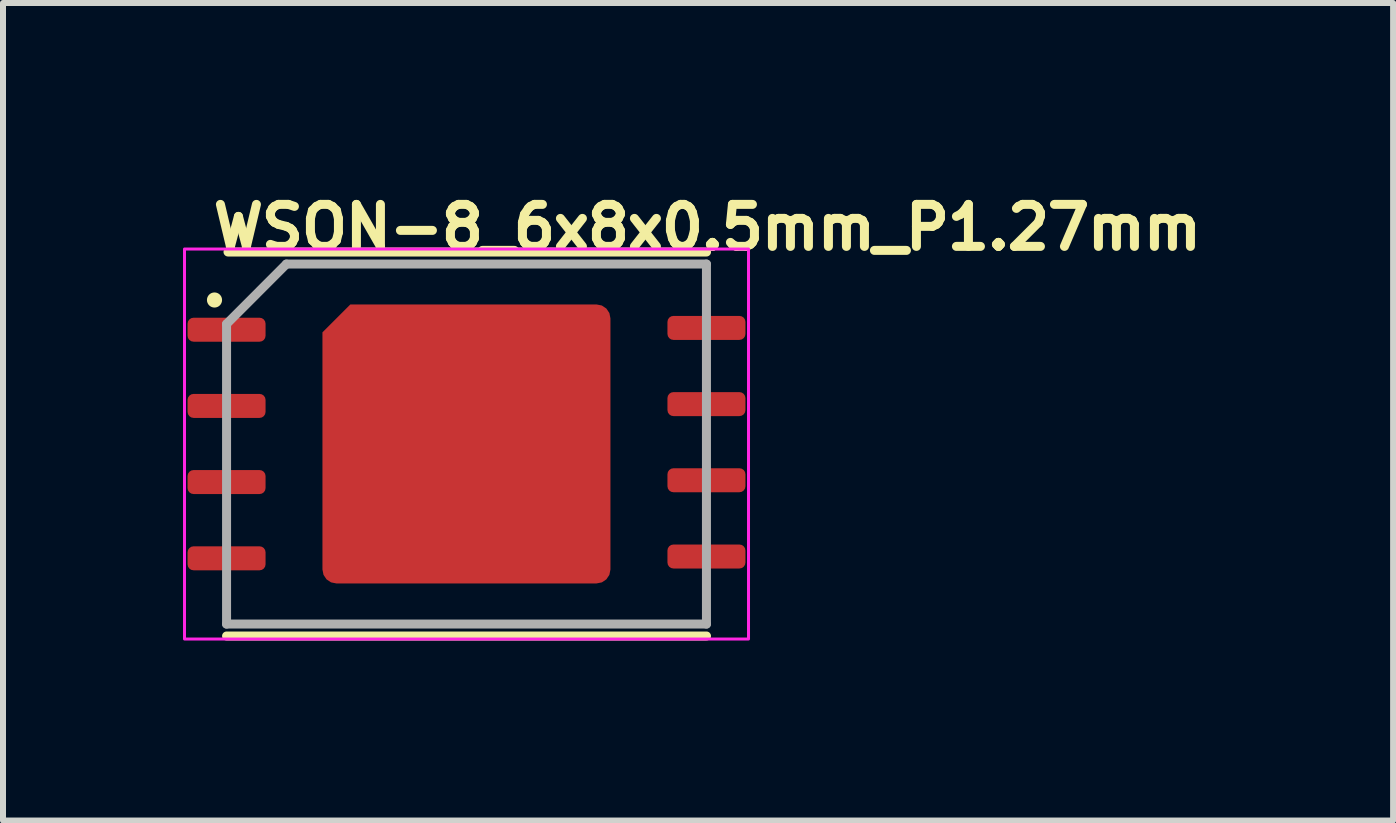
<source format=kicad_pcb>
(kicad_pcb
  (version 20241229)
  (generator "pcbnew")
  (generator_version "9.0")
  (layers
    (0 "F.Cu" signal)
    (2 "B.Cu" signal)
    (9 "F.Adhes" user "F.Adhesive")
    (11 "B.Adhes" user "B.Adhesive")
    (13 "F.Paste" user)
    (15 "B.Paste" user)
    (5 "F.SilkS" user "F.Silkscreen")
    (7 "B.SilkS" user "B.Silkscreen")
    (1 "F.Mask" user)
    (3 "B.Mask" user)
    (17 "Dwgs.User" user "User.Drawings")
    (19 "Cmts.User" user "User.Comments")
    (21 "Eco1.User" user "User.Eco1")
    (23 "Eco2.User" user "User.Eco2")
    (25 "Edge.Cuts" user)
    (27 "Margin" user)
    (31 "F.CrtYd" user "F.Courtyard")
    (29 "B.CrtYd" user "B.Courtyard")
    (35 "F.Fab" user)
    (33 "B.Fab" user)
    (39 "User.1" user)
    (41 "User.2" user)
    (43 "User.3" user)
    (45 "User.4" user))
  (footprint "WSON-8_6x8x0.5mm_P1.27mm"
    (layer "F.Cu")
    (at 4.725 4.35)
    (property "Reference" "WSON-8_6x8x0.5mm_P1.27mm" (at -4.3 -3.2 0) (layer "F.SilkS") (effects (font (size 0.7 0.7) (thickness 0.15)) (justify left bottom)))
    (attr smd)
    (fp_line (start 4 -3.2) (end -3.975 -3.2) (stroke (width 0.15) (type solid)) (layer "F.SilkS"))
    (fp_line (start 4 3.2) (end -3.999 3.2) (stroke (width 0.15) (type solid)) (layer "F.SilkS"))
    (fp_circle (center -4.2 -2.4) (end -4.149 -2.4) (stroke (width 0.15) (type solid)) (fill yes) (layer "F.SilkS"))
    (fp_rect (start -4.7 -3.25) (end 4.7 3.25) (stroke (width 0.05) (type solid)) (fill no) (layer "F.CrtYd"))
    (fp_line (start -3.999 3.001) (end -3.999 -2) (stroke (width 0.15) (type solid)) (layer "F.Fab"))
    (fp_line (start -3.002 -2.999) (end -3.999 -2) (stroke (width 0.15) (type solid)) (layer "F.Fab"))
    (fp_line (start -3.002 -2.999) (end 3.999 -2.999) (stroke (width 0.15) (type solid)) (layer "F.Fab"))
    (fp_line (start 3.999 -2.999) (end 3.999 3.001) (stroke (width 0.15) (type solid)) (layer "F.Fab"))
    (fp_line (start 3.999 3.001) (end -3.999 3.001) (stroke (width 0.15) (type solid)) (layer "F.Fab"))
    (fp_rect (start -3.999 -2.998) (end 3.999 2.998) (stroke (width 0.1) (type solid)) (fill no) (layer "User.5"))
    (fp_line (start -3.999 -1.675) (end -3.999 -2.135) (stroke (width 0.02) (type solid)) (layer "User.9"))
    (fp_line (start -3.999 -1.675) (end -3.95 -1.675) (stroke (width 0.02) (type solid)) (layer "User.9"))
    (fp_line (start -3.999 -0.406) (end -3.999 -0.865) (stroke (width 0.02) (type solid)) (layer "User.9"))
    (fp_line (start -3.999 -0.406) (end -3.95 -0.406) (stroke (width 0.02) (type solid)) (layer "User.9"))
    (fp_line (start -3.999 0.865) (end -3.999 0.406) (stroke (width 0.02) (type solid)) (layer "User.9"))
    (fp_line (start -3.999 0.865) (end -3.95 0.865) (stroke (width 0.02) (type solid)) (layer "User.9"))
    (fp_line (start -3.999 2.134) (end -3.999 1.675) (stroke (width 0.02) (type solid)) (layer "User.9"))
    (fp_line (start -3.999 2.134) (end -3.95 2.134) (stroke (width 0.02) (type solid)) (layer "User.9"))
    (fp_line (start -3.95 -2.998) (end -3.95 2.998) (stroke (width 0.02) (type solid)) (layer "User.9"))
    (fp_line (start -3.95 -2.135) (end -3.999 -2.135) (stroke (width 0.02) (type solid)) (layer "User.9"))
    (fp_line (start -3.95 -0.865) (end -3.999 -0.865) (stroke (width 0.02) (type solid)) (layer "User.9"))
    (fp_line (start -3.95 0.406) (end -3.999 0.406) (stroke (width 0.02) (type solid)) (layer "User.9"))
    (fp_line (start -3.95 1.675) (end -3.999 1.675) (stroke (width 0.02) (type solid)) (layer "User.9"))
    (fp_line (start -3.95 2.998) (end 3.95 2.998) (stroke (width 0.02) (type solid)) (layer "User.9"))
    (fp_line (start -3.357 -1.915) (end -3.357 -1.905) (stroke (width 0.02) (type solid)) (layer "User.9"))
    (fp_line (start -3.357 -1.905) (end -3.357 -1.905) (stroke (width 0.02) (type solid)) (layer "User.9"))
    (fp_line (start -3.357 -1.905) (end -3.357 -1.895) (stroke (width 0.02) (type solid)) (layer "User.9"))
    (fp_line (start -3.357 -1.895) (end -3.357 -1.885) (stroke (width 0.02) (type solid)) (layer "User.9"))
    (fp_line (start -3.357 -1.927) (end -3.357 -1.915) (stroke (width 0.02) (type solid)) (layer "User.9"))
    (fp_line (start -3.357 -1.885) (end -3.356 -1.875) (stroke (width 0.02) (type solid)) (layer "User.9"))
    (fp_line (start -3.356 -1.935) (end -3.357 -1.927) (stroke (width 0.02) (type solid)) (layer "User.9"))
    (fp_line (start -3.356 -1.875) (end -3.353 -1.867) (stroke (width 0.02) (type solid)) (layer "User.9"))
    (fp_line (start -3.353 -1.944) (end -3.356 -1.935) (stroke (width 0.02) (type solid)) (layer "User.9"))
    (fp_line (start -3.353 -1.867) (end -3.352 -1.855) (stroke (width 0.02) (type solid)) (layer "User.9"))
    (fp_line (start -3.352 -1.956) (end -3.353 -1.944) (stroke (width 0.02) (type solid)) (layer "User.9"))
    (fp_line (start -3.352 -1.855) (end -3.349 -1.847) (stroke (width 0.02) (type solid)) (layer "User.9"))
    (fp_line (start -3.349 -1.964) (end -3.352 -1.956) (stroke (width 0.02) (type solid)) (layer "User.9"))
    (fp_line (start -3.349 -1.847) (end -3.345 -1.837) (stroke (width 0.02) (type solid)) (layer "User.9"))
    (fp_line (start -3.345 -1.974) (end -3.349 -1.964) (stroke (width 0.02) (type solid)) (layer "User.9"))
    (fp_line (start -3.345 -1.837) (end -3.341 -1.829) (stroke (width 0.02) (type solid)) (layer "User.9"))
    (fp_line (start -3.341 -1.982) (end -3.345 -1.974) (stroke (width 0.02) (type solid)) (layer "User.9"))
    (fp_line (start -3.341 -1.829) (end -3.338 -1.819) (stroke (width 0.02) (type solid)) (layer "User.9"))
    (fp_line (start -3.338 -1.992) (end -3.341 -1.982) (stroke (width 0.02) (type solid)) (layer "User.9"))
    (fp_line (start -3.338 -1.819) (end -3.333 -1.812) (stroke (width 0.02) (type solid)) (layer "User.9"))
    (fp_line (start -3.333 -2) (end -3.338 -1.992) (stroke (width 0.02) (type solid)) (layer "User.9"))
    (fp_line (start -3.333 -1.812) (end -3.329 -1.802) (stroke (width 0.02) (type solid)) (layer "User.9"))
    (fp_line (start -3.329 -2.009) (end -3.333 -2) (stroke (width 0.02) (type solid)) (layer "User.9"))
    (fp_line (start -3.329 -1.802) (end -3.324 -1.796) (stroke (width 0.02) (type solid)) (layer "User.9"))
    (fp_line (start -3.324 -2.015) (end -3.329 -2.009) (stroke (width 0.02) (type solid)) (layer "User.9"))
    (fp_line (start -3.324 -1.796) (end -3.318 -1.786) (stroke (width 0.02) (type solid)) (layer "User.9"))
    (fp_line (start -3.318 -2.025) (end -3.324 -2.015) (stroke (width 0.02) (type solid)) (layer "User.9"))
    (fp_line (start -3.318 -1.786) (end -3.312 -1.78) (stroke (width 0.02) (type solid)) (layer "User.9"))
    (fp_line (start -3.312 -2.03) (end -3.318 -2.025) (stroke (width 0.02) (type solid)) (layer "User.9"))
    (fp_line (start -3.312 -1.78) (end -3.307 -1.772) (stroke (width 0.02) (type solid)) (layer "User.9"))
    (fp_line (start -3.307 -2.038) (end -3.312 -2.03) (stroke (width 0.02) (type solid)) (layer "User.9"))
    (fp_line (start -3.307 -1.772) (end -3.3 -1.766) (stroke (width 0.02) (type solid)) (layer "User.9"))
    (fp_line (start -3.3 -2.046) (end -3.307 -2.038) (stroke (width 0.02) (type solid)) (layer "User.9"))
    (fp_line (start -3.3 -1.766) (end -3.293 -1.76) (stroke (width 0.02) (type solid)) (layer "User.9"))
    (fp_line (start -3.293 -2.051) (end -3.3 -2.046) (stroke (width 0.02) (type solid)) (layer "User.9"))
    (fp_line (start -3.293 -1.76) (end -3.287 -1.754) (stroke (width 0.02) (type solid)) (layer "User.9"))
    (fp_line (start -3.287 -2.058) (end -3.293 -2.051) (stroke (width 0.02) (type solid)) (layer "User.9"))
    (fp_line (start -3.287 -1.754) (end -3.28 -1.748) (stroke (width 0.02) (type solid)) (layer "User.9"))
    (fp_line (start -3.28 -2.063) (end -3.287 -2.058) (stroke (width 0.02) (type solid)) (layer "User.9"))
    (fp_line (start -3.28 -1.748) (end -3.272 -1.742) (stroke (width 0.02) (type solid)) (layer "User.9"))
    (fp_line (start -3.272 -2.07) (end -3.28 -2.063) (stroke (width 0.02) (type solid)) (layer "User.9"))
    (fp_line (start -3.272 -1.742) (end -3.264 -1.736) (stroke (width 0.02) (type solid)) (layer "User.9"))
    (fp_line (start -3.264 -2.075) (end -3.272 -2.07) (stroke (width 0.02) (type solid)) (layer "User.9"))
    (fp_line (start -3.264 -1.736) (end -3.256 -1.732) (stroke (width 0.02) (type solid)) (layer "User.9"))
    (fp_line (start -3.256 -2.079) (end -3.264 -2.075) (stroke (width 0.02) (type solid)) (layer "User.9"))
    (fp_line (start -3.256 -1.732) (end -3.247 -1.728) (stroke (width 0.02) (type solid)) (layer "User.9"))
    (fp_line (start -3.247 -2.083) (end -3.256 -2.079) (stroke (width 0.02) (type solid)) (layer "User.9"))
    (fp_line (start -3.247 -1.728) (end -3.237 -1.724) (stroke (width 0.02) (type solid)) (layer "User.9"))
    (fp_line (start -3.237 -2.087) (end -3.247 -2.083) (stroke (width 0.02) (type solid)) (layer "User.9"))
    (fp_line (start -3.237 -1.724) (end -3.228 -1.72) (stroke (width 0.02) (type solid)) (layer "User.9"))
    (fp_line (start -3.228 -2.091) (end -3.237 -2.087) (stroke (width 0.02) (type solid)) (layer "User.9"))
    (fp_line (start -3.228 -1.72) (end -3.219 -1.718) (stroke (width 0.02) (type solid)) (layer "User.9"))
    (fp_line (start -3.219 -2.094) (end -3.228 -2.091) (stroke (width 0.02) (type solid)) (layer "User.9"))
    (fp_line (start -3.219 -1.718) (end -3.209 -1.714) (stroke (width 0.02) (type solid)) (layer "User.9"))
    (fp_line (start -3.209 -2.096) (end -3.219 -2.094) (stroke (width 0.02) (type solid)) (layer "User.9"))
    (fp_line (start -3.209 -1.714) (end -3.2 -1.712) (stroke (width 0.02) (type solid)) (layer "User.9"))
    (fp_line (start -3.2 -2.099) (end -3.209 -2.096) (stroke (width 0.02) (type solid)) (layer "User.9"))
    (fp_line (start -3.2 -1.712) (end -3.191 -1.71) (stroke (width 0.02) (type solid)) (layer "User.9"))
    (fp_line (start -3.191 -2.102) (end -3.2 -2.099) (stroke (width 0.02) (type solid)) (layer "User.9"))
    (fp_line (start -3.191 -1.71) (end -3.18 -1.708) (stroke (width 0.02) (type solid)) (layer "User.9"))
    (fp_line (start -3.18 -2.103) (end -3.191 -2.102) (stroke (width 0.02) (type solid)) (layer "User.9"))
    (fp_line (start -3.18 -1.708) (end -3.171 -1.708) (stroke (width 0.02) (type solid)) (layer "User.9"))
    (fp_line (start -3.171 -2.103) (end -3.18 -2.103) (stroke (width 0.02) (type solid)) (layer "User.9"))
    (fp_line (start -3.171 -1.708) (end -3.162 -1.708) (stroke (width 0.02) (type solid)) (layer "User.9"))
    (fp_line (start -3.162 -2.103) (end -3.171 -2.103) (stroke (width 0.02) (type solid)) (layer "User.9"))
    (fp_line (start -3.162 -2.103) (end -3.162 -2.103) (stroke (width 0.02) (type solid)) (layer "User.9"))
    (fp_line (start -3.162 -1.708) (end -3.162 -1.708) (stroke (width 0.02) (type solid)) (layer "User.9"))
    (fp_line (start -3.162 -1.708) (end -3.151 -1.708) (stroke (width 0.02) (type solid)) (layer "User.9"))
    (fp_line (start -3.151 -2.103) (end -3.162 -2.103) (stroke (width 0.02) (type solid)) (layer "User.9"))
    (fp_line (start -3.151 -1.708) (end -3.14 -1.708) (stroke (width 0.02) (type solid)) (layer "User.9"))
    (fp_line (start -3.14 -2.103) (end -3.151 -2.103) (stroke (width 0.02) (type solid)) (layer "User.9"))
    (fp_line (start -3.14 -1.708) (end -3.131 -1.71) (stroke (width 0.02) (type solid)) (layer "User.9"))
    (fp_line (start -3.131 -2.102) (end -3.14 -2.103) (stroke (width 0.02) (type solid)) (layer "User.9"))
    (fp_line (start -3.131 -1.71) (end -3.122 -1.712) (stroke (width 0.02) (type solid)) (layer "User.9"))
    (fp_line (start -3.122 -2.099) (end -3.131 -2.102) (stroke (width 0.02) (type solid)) (layer "User.9"))
    (fp_line (start -3.122 -1.712) (end -3.111 -1.714) (stroke (width 0.02) (type solid)) (layer "User.9"))
    (fp_line (start -3.111 -2.096) (end -3.122 -2.099) (stroke (width 0.02) (type solid)) (layer "User.9"))
    (fp_line (start -3.111 -1.714) (end -3.102 -1.718) (stroke (width 0.02) (type solid)) (layer "User.9"))
    (fp_line (start -3.102 -2.094) (end -3.111 -2.096) (stroke (width 0.02) (type solid)) (layer "User.9"))
    (fp_line (start -3.102 -1.718) (end -3.092 -1.72) (stroke (width 0.02) (type solid)) (layer "User.9"))
    (fp_line (start -3.092 -2.091) (end -3.102 -2.094) (stroke (width 0.02) (type solid)) (layer "User.9"))
    (fp_line (start -3.092 -1.72) (end -3.083 -1.724) (stroke (width 0.02) (type solid)) (layer "User.9"))
    (fp_line (start -3.083 -2.087) (end -3.092 -2.091) (stroke (width 0.02) (type solid)) (layer "User.9"))
    (fp_line (start -3.083 -1.724) (end -3.075 -1.728) (stroke (width 0.02) (type solid)) (layer "User.9"))
    (fp_line (start -3.075 -2.083) (end -3.083 -2.087) (stroke (width 0.02) (type solid)) (layer "User.9"))
    (fp_line (start -3.075 -1.728) (end -3.066 -1.732) (stroke (width 0.02) (type solid)) (layer "User.9"))
    (fp_line (start -3.066 -2.079) (end -3.075 -2.083) (stroke (width 0.02) (type solid)) (layer "User.9"))
    (fp_line (start -3.066 -1.732) (end -3.058 -1.736) (stroke (width 0.02) (type solid)) (layer "User.9"))
    (fp_line (start -3.058 -2.075) (end -3.066 -2.079) (stroke (width 0.02) (type solid)) (layer "User.9"))
    (fp_line (start -3.058 -1.736) (end -3.05 -1.742) (stroke (width 0.02) (type solid)) (layer "User.9"))
    (fp_line (start -3.05 -2.07) (end -3.058 -2.075) (stroke (width 0.02) (type solid)) (layer "User.9"))
    (fp_line (start -3.05 -1.742) (end -3.042 -1.748) (stroke (width 0.02) (type solid)) (layer "User.9"))
    (fp_line (start -3.042 -2.063) (end -3.05 -2.07) (stroke (width 0.02) (type solid)) (layer "User.9"))
    (fp_line (start -3.042 -1.748) (end -3.035 -1.754) (stroke (width 0.02) (type solid)) (layer "User.9"))
    (fp_line (start -3.035 -2.058) (end -3.042 -2.063) (stroke (width 0.02) (type solid)) (layer "User.9"))
    (fp_line (start -3.035 -1.754) (end -3.029 -1.76) (stroke (width 0.02) (type solid)) (layer "User.9"))
    (fp_line (start -3.029 -2.051) (end -3.035 -2.058) (stroke (width 0.02) (type solid)) (layer "User.9"))
    (fp_line (start -3.029 -1.76) (end -3.022 -1.766) (stroke (width 0.02) (type solid)) (layer "User.9"))
    (fp_line (start -3.022 -2.046) (end -3.029 -2.051) (stroke (width 0.02) (type solid)) (layer "User.9"))
    (fp_line (start -3.022 -1.766) (end -3.014 -1.772) (stroke (width 0.02) (type solid)) (layer "User.9"))
    (fp_line (start -3.014 -2.038) (end -3.022 -2.046) (stroke (width 0.02) (type solid)) (layer "User.9"))
    (fp_line (start -3.014 -1.772) (end -3.009 -1.78) (stroke (width 0.02) (type solid)) (layer "User.9"))
    (fp_line (start -3.009 -2.03) (end -3.014 -2.038) (stroke (width 0.02) (type solid)) (layer "User.9"))
    (fp_line (start -3.009 -1.78) (end -3.002 -1.786) (stroke (width 0.02) (type solid)) (layer "User.9"))
    (fp_line (start -3.002 -2.025) (end -3.009 -2.03) (stroke (width 0.02) (type solid)) (layer "User.9"))
    (fp_line (start -3.002 -1.786) (end -2.997 -1.796) (stroke (width 0.02) (type solid)) (layer "User.9"))
    (fp_line (start -2.997 -2.015) (end -3.002 -2.025) (stroke (width 0.02) (type solid)) (layer "User.9"))
    (fp_line (start -2.997 -1.796) (end -2.993 -1.802) (stroke (width 0.02) (type solid)) (layer "User.9"))
    (fp_line (start -2.993 -2.009) (end -2.997 -2.015) (stroke (width 0.02) (type solid)) (layer "User.9"))
    (fp_line (start -2.993 -1.802) (end -2.986 -1.812) (stroke (width 0.02) (type solid)) (layer "User.9"))
    (fp_line (start -2.986 -2) (end -2.993 -2.009) (stroke (width 0.02) (type solid)) (layer "User.9"))
    (fp_line (start -2.986 -1.812) (end -2.982 -1.819) (stroke (width 0.02) (type solid)) (layer "User.9"))
    (fp_line (start -2.982 -1.992) (end -2.986 -2) (stroke (width 0.02) (type solid)) (layer "User.9"))
    (fp_line (start -2.982 -1.819) (end -2.978 -1.829) (stroke (width 0.02) (type solid)) (layer "User.9"))
    (fp_line (start -2.978 -1.982) (end -2.982 -1.992) (stroke (width 0.02) (type solid)) (layer "User.9"))
    (fp_line (start -2.978 -1.829) (end -2.975 -1.837) (stroke (width 0.02) (type solid)) (layer "User.9"))
    (fp_line (start -2.975 -1.974) (end -2.978 -1.982) (stroke (width 0.02) (type solid)) (layer "User.9"))
    (fp_line (start -2.975 -1.837) (end -2.971 -1.847) (stroke (width 0.02) (type solid)) (layer "User.9"))
    (fp_line (start -2.971 -1.964) (end -2.975 -1.974) (stroke (width 0.02) (type solid)) (layer "User.9"))
    (fp_line (start -2.971 -1.847) (end -2.97 -1.855) (stroke (width 0.02) (type solid)) (layer "User.9"))
    (fp_line (start -2.97 -1.956) (end -2.971 -1.964) (stroke (width 0.02) (type solid)) (layer "User.9"))
    (fp_line (start -2.97 -1.855) (end -2.967 -1.867) (stroke (width 0.02) (type solid)) (layer "User.9"))
    (fp_line (start -2.967 -1.944) (end -2.97 -1.956) (stroke (width 0.02) (type solid)) (layer "User.9"))
    (fp_line (start -2.967 -1.867) (end -2.966 -1.875) (stroke (width 0.02) (type solid)) (layer "User.9"))
    (fp_line (start -2.966 -1.935) (end -2.967 -1.944) (stroke (width 0.02) (type solid)) (layer "User.9"))
    (fp_line (start -2.966 -1.875) (end -2.963 -1.885) (stroke (width 0.02) (type solid)) (layer "User.9"))
    (fp_line (start -2.963 -1.927) (end -2.966 -1.935) (stroke (width 0.02) (type solid)) (layer "User.9"))
    (fp_line (start -2.963 -1.915) (end -2.963 -1.927) (stroke (width 0.02) (type solid)) (layer "User.9"))
    (fp_line (start -2.963 -1.905) (end -2.963 -1.915) (stroke (width 0.02) (type solid)) (layer "User.9"))
    (fp_line (start -2.963 -1.905) (end -2.963 -1.905) (stroke (width 0.02) (type solid)) (layer "User.9"))
    (fp_line (start -2.963 -1.905) (end -2.963 -1.905) (stroke (width 0.02) (type solid)) (layer "User.9"))
    (fp_line (start -2.963 -1.895) (end -2.963 -1.905) (stroke (width 0.02) (type solid)) (layer "User.9"))
    (fp_line (start -2.963 -1.885) (end -2.963 -1.895) (stroke (width 0.02) (type solid)) (layer "User.9"))
    (fp_line (start 3.95 -2.998) (end -3.95 -2.998) (stroke (width 0.02) (type solid)) (layer "User.9"))
    (fp_line (start 3.95 -1.675) (end 3.999 -1.675) (stroke (width 0.02) (type solid)) (layer "User.9"))
    (fp_line (start 3.95 -0.406) (end 3.999 -0.406) (stroke (width 0.02) (type solid)) (layer "User.9"))
    (fp_line (start 3.95 0.865) (end 3.999 0.865) (stroke (width 0.02) (type solid)) (layer "User.9"))
    (fp_line (start 3.95 2.134) (end 3.999 2.134) (stroke (width 0.02) (type solid)) (layer "User.9"))
    (fp_line (start 3.95 2.998) (end 3.95 -2.998) (stroke (width 0.02) (type solid)) (layer "User.9"))
    (fp_line (start 3.999 -2.135) (end 3.95 -2.135) (stroke (width 0.02) (type solid)) (layer "User.9"))
    (fp_line (start 3.999 -2.135) (end 3.999 -1.675) (stroke (width 0.02) (type solid)) (layer "User.9"))
    (fp_line (start 3.999 -0.865) (end 3.95 -0.865) (stroke (width 0.02) (type solid)) (layer "User.9"))
    (fp_line (start 3.999 -0.865) (end 3.999 -0.406) (stroke (width 0.02) (type solid)) (layer "User.9"))
    (fp_line (start 3.999 0.406) (end 3.95 0.406) (stroke (width 0.02) (type solid)) (layer "User.9"))
    (fp_line (start 3.999 0.406) (end 3.999 0.865) (stroke (width 0.02) (type solid)) (layer "User.9"))
    (fp_line (start 3.999 1.675) (end 3.95 1.675) (stroke (width 0.02) (type solid)) (layer "User.9"))
    (fp_line (start 3.999 1.675) (end 3.999 2.134) (stroke (width 0.02) (type solid)) (layer "User.9"))
    (pad "1" smd roundrect (at -3.999 -1.905 270) (size 0.4 1.3) (layers "F.Cu" "F.Mask" "F.Paste") (roundrect_rratio 0.25))
    (pad "2" smd roundrect (at -3.999 -0.635 270) (size 0.4 1.3) (layers "F.Cu" "F.Mask" "F.Paste") (roundrect_rratio 0.25))
    (pad "3" smd roundrect (at -3.999 0.634 270) (size 0.4 1.3) (layers "F.Cu" "F.Mask" "F.Paste") (roundrect_rratio 0.25))
    (pad "4" smd roundrect (at -3.999 1.905 270) (size 0.4 1.3) (layers "F.Cu" "F.Mask" "F.Paste") (roundrect_rratio 0.25))
    (pad "5" smd roundrect (at 3.999 1.875 270) (size 0.4 1.3) (layers "F.Cu" "F.Mask" "F.Paste") (roundrect_rratio 0.25))
    (pad "6" smd roundrect (at 3.999 0.604 270) (size 0.4 1.3) (layers "F.Cu" "F.Mask" "F.Paste") (roundrect_rratio 0.25))
    (pad "7" smd roundrect (at 3.999 -0.665 270) (size 0.4 1.3) (layers "F.Cu" "F.Mask" "F.Paste") (roundrect_rratio 0.25))
    (pad "8" smd roundrect (at 3.999 -1.935 270) (size 0.4 1.3) (layers "F.Cu" "F.Mask" "F.Paste") (roundrect_rratio 0.25))
    (pad "9" smd roundrect (at -0.001 -0.001) (size 4.8 4.65) (layers "F.Cu" "F.Mask" "F.Paste") (roundrect_rratio 0.05) (chamfer_ratio 0.1) (chamfer top_left)))
  (gr_rect
    (start -3 -3)
    (end 20.168 10.625)
    (stroke (width 0.1) (type default))
    (fill no)
    (layer "Edge.Cuts")))
</source>
